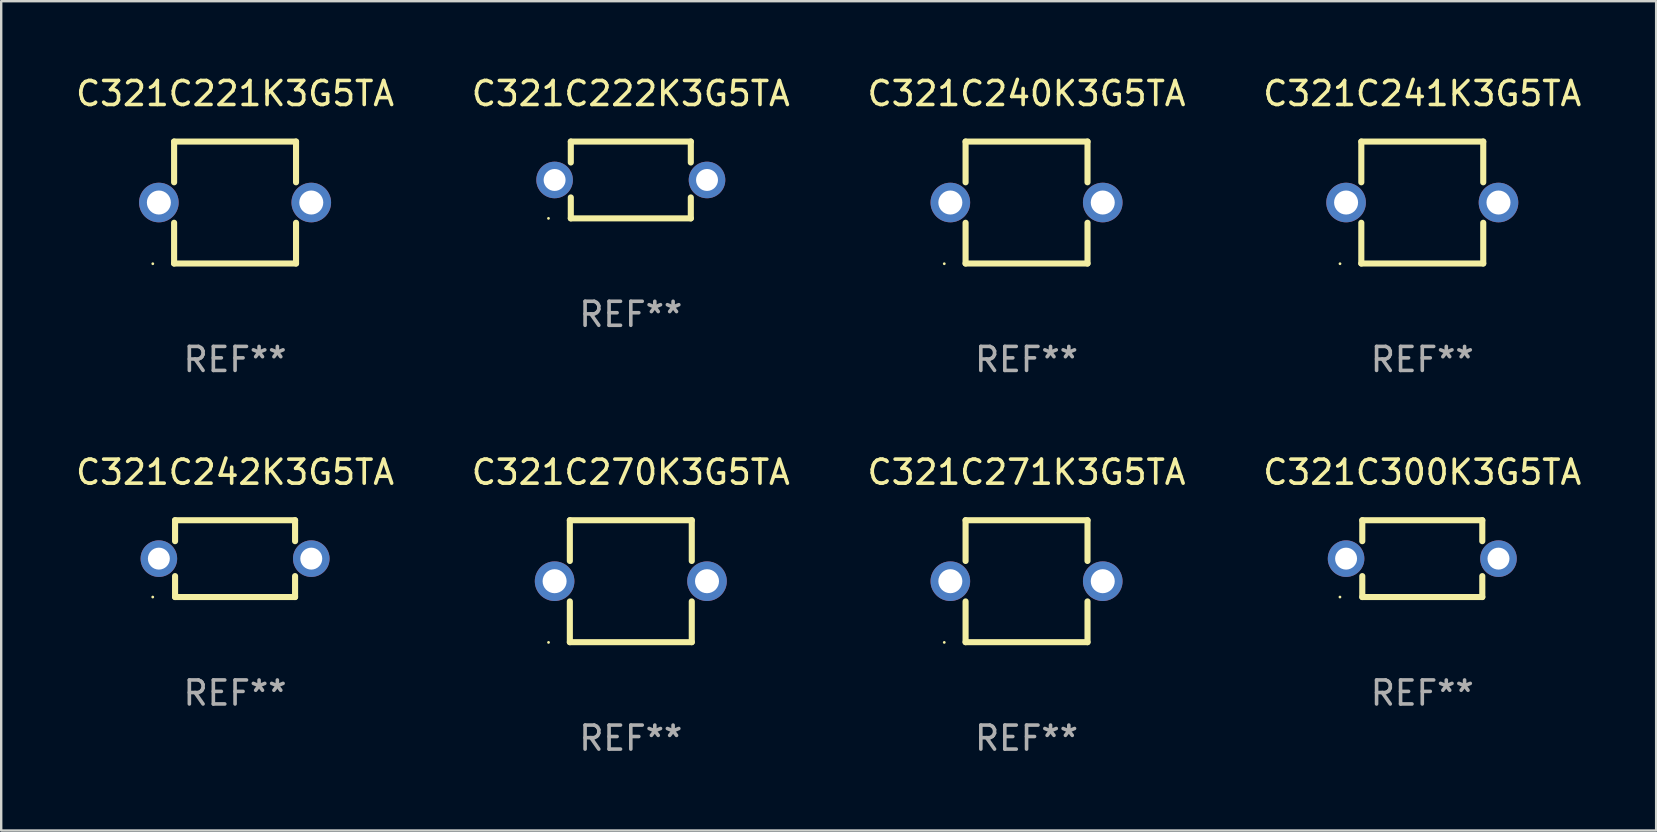
<source format=kicad_pcb>
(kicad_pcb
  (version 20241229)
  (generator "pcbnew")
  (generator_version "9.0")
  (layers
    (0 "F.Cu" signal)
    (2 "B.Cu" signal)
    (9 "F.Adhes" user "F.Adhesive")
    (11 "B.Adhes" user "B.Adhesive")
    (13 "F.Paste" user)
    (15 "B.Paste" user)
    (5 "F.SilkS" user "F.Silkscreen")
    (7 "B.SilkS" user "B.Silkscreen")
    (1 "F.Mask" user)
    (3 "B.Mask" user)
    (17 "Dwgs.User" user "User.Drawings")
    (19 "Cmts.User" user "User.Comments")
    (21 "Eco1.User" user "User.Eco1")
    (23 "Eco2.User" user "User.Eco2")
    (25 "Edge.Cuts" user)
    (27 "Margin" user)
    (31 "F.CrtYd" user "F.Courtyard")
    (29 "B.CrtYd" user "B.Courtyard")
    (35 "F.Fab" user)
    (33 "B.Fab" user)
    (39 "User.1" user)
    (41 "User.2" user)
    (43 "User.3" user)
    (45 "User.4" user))
  (footprint "C321C270K3G5TA"
    (layer "F.Cu")
    (at 23.232 21.165)
    (property "Reference" "C321C270K3G5TA" (at 0 -4.54 0) (layer "F.SilkS") (effects (font (size 1 1) (thickness 0.15))))
    (attr through_hole)
    (fp_line (start -2.54 -2.54) (end -2.54 -0.843) (stroke (width 0.254) (type solid)) (layer "F.SilkS"))
    (fp_line (start -2.54 0.843) (end -2.54 2.54) (stroke (width 0.254) (type solid)) (layer "F.SilkS"))
    (fp_line (start -2.54 2.54) (end 2.54 2.54) (stroke (width 0.254) (type solid)) (layer "F.SilkS"))
    (fp_line (start 2.54 -2.54) (end -2.54 -2.54) (stroke (width 0.254) (type solid)) (layer "F.SilkS"))
    (fp_line (start 2.54 -0.843) (end 2.54 -2.54) (stroke (width 0.254) (type solid)) (layer "F.SilkS"))
    (fp_line (start 2.54 2.54) (end 2.54 0.843) (stroke (width 0.254) (type solid)) (layer "F.SilkS"))
    (fp_circle (center -3.428 2.55) (end -3.398 2.55) (stroke (width 0.06) (type solid)) (fill no) (layer "F.SilkS"))
    (fp_text user "REF**" (at 0 6.54 0) (layer "F.Fab") (effects (font (size 1 1) (thickness 0.15))))
    (pad "1" thru_hole circle (at -3.175 0) (size 1.65 1.65) (drill 1) (layers "*.Cu" "*.Mask"))
    (pad "2" thru_hole circle (at 3.175 0) (size 1.65 1.65) (drill 1) (layers "*.Cu" "*.Mask")))
  (footprint "C321C242K3G5TA"
    (layer "F.Cu")
    (at 6.744 20.225)
    (property "Reference" "C321C242K3G5TA" (at 0 -3.6 0) (layer "F.SilkS") (effects (font (size 1 1) (thickness 0.15))))
    (attr through_hole)
    (fp_line (start -2.5 -1.6) (end 2.5 -1.6) (stroke (width 0.254) (type solid)) (layer "F.SilkS"))
    (fp_line (start -2.5 -0.728) (end -2.5 -1.6) (stroke (width 0.254) (type solid)) (layer "F.SilkS"))
    (fp_line (start -2.5 1.6) (end -2.5 0.728) (stroke (width 0.254) (type solid)) (layer "F.SilkS"))
    (fp_line (start 2.5 -1.6) (end 2.5 -0.728) (stroke (width 0.254) (type solid)) (layer "F.SilkS"))
    (fp_line (start 2.5 0.728) (end 2.5 1.6) (stroke (width 0.254) (type solid)) (layer "F.SilkS"))
    (fp_line (start 2.5 1.6) (end -2.5 1.6) (stroke (width 0.254) (type solid)) (layer "F.SilkS"))
    (fp_circle (center -3.43 1.6) (end -3.4 1.6) (stroke (width 0.06) (type solid)) (fill no) (layer "F.SilkS"))
    (fp_text user "REF**" (at 0 5.6 0) (layer "F.Fab") (effects (font (size 1 1) (thickness 0.15))))
    (pad "1" thru_hole circle (at -3.175 0) (size 1.524 1.524) (drill 0.914) (layers "*.Cu" "*.Mask"))
    (pad "2" thru_hole circle (at 3.175 0) (size 1.524 1.524) (drill 0.914) (layers "*.Cu" "*.Mask")))
  (footprint "C321C222K3G5TA"
    (layer "F.Cu")
    (at 23.232 4.448)
    (property "Reference" "C321C222K3G5TA" (at 0 -3.6 0) (layer "F.SilkS") (effects (font (size 1 1) (thickness 0.15))))
    (attr through_hole)
    (fp_line (start -2.5 -1.6) (end 2.5 -1.6) (stroke (width 0.254) (type solid)) (layer "F.SilkS"))
    (fp_line (start -2.5 -0.728) (end -2.5 -1.6) (stroke (width 0.254) (type solid)) (layer "F.SilkS"))
    (fp_line (start -2.5 1.6) (end -2.5 0.728) (stroke (width 0.254) (type solid)) (layer "F.SilkS"))
    (fp_line (start 2.5 -1.6) (end 2.5 -0.728) (stroke (width 0.254) (type solid)) (layer "F.SilkS"))
    (fp_line (start 2.5 0.728) (end 2.5 1.6) (stroke (width 0.254) (type solid)) (layer "F.SilkS"))
    (fp_line (start 2.5 1.6) (end -2.5 1.6) (stroke (width 0.254) (type solid)) (layer "F.SilkS"))
    (fp_circle (center -3.43 1.6) (end -3.4 1.6) (stroke (width 0.06) (type solid)) (fill no) (layer "F.SilkS"))
    (fp_text user "REF**" (at 0 5.6 0) (layer "F.Fab") (effects (font (size 1 1) (thickness 0.15))))
    (pad "1" thru_hole circle (at -3.175 0) (size 1.524 1.524) (drill 0.914) (layers "*.Cu" "*.Mask"))
    (pad "2" thru_hole circle (at 3.175 0) (size 1.524 1.524) (drill 0.914) (layers "*.Cu" "*.Mask")))
  (footprint "C321C240K3G5TA"
    (layer "F.Cu")
    (at 39.72 5.388)
    (property "Reference" "C321C240K3G5TA" (at 0 -4.54 0) (layer "F.SilkS") (effects (font (size 1 1) (thickness 0.15))))
    (attr through_hole)
    (fp_line (start -2.54 -2.54) (end -2.54 -0.843) (stroke (width 0.254) (type solid)) (layer "F.SilkS"))
    (fp_line (start -2.54 0.843) (end -2.54 2.54) (stroke (width 0.254) (type solid)) (layer "F.SilkS"))
    (fp_line (start -2.54 2.54) (end 2.54 2.54) (stroke (width 0.254) (type solid)) (layer "F.SilkS"))
    (fp_line (start 2.54 -2.54) (end -2.54 -2.54) (stroke (width 0.254) (type solid)) (layer "F.SilkS"))
    (fp_line (start 2.54 -0.843) (end 2.54 -2.54) (stroke (width 0.254) (type solid)) (layer "F.SilkS"))
    (fp_line (start 2.54 2.54) (end 2.54 0.843) (stroke (width 0.254) (type solid)) (layer "F.SilkS"))
    (fp_circle (center -3.428 2.55) (end -3.398 2.55) (stroke (width 0.06) (type solid)) (fill no) (layer "F.SilkS"))
    (fp_text user "REF**" (at 0 6.54 0) (layer "F.Fab") (effects (font (size 1 1) (thickness 0.15))))
    (pad "1" thru_hole circle (at -3.175 0) (size 1.65 1.65) (drill 1) (layers "*.Cu" "*.Mask"))
    (pad "2" thru_hole circle (at 3.175 0) (size 1.65 1.65) (drill 1) (layers "*.Cu" "*.Mask")))
  (footprint "C321C221K3G5TA"
    (layer "F.Cu")
    (at 6.744 5.388)
    (property "Reference" "C321C221K3G5TA" (at 0 -4.54 0) (layer "F.SilkS") (effects (font (size 1 1) (thickness 0.15))))
    (attr through_hole)
    (fp_line (start -2.54 -2.54) (end -2.54 -0.843) (stroke (width 0.254) (type solid)) (layer "F.SilkS"))
    (fp_line (start -2.54 0.843) (end -2.54 2.54) (stroke (width 0.254) (type solid)) (layer "F.SilkS"))
    (fp_line (start -2.54 2.54) (end 2.54 2.54) (stroke (width 0.254) (type solid)) (layer "F.SilkS"))
    (fp_line (start 2.54 -2.54) (end -2.54 -2.54) (stroke (width 0.254) (type solid)) (layer "F.SilkS"))
    (fp_line (start 2.54 -0.843) (end 2.54 -2.54) (stroke (width 0.254) (type solid)) (layer "F.SilkS"))
    (fp_line (start 2.54 2.54) (end 2.54 0.843) (stroke (width 0.254) (type solid)) (layer "F.SilkS"))
    (fp_circle (center -3.428 2.55) (end -3.398 2.55) (stroke (width 0.06) (type solid)) (fill no) (layer "F.SilkS"))
    (fp_text user "REF**" (at 0 6.54 0) (layer "F.Fab") (effects (font (size 1 1) (thickness 0.15))))
    (pad "1" thru_hole circle (at -3.175 0) (size 1.65 1.65) (drill 1) (layers "*.Cu" "*.Mask"))
    (pad "2" thru_hole circle (at 3.175 0) (size 1.65 1.65) (drill 1) (layers "*.Cu" "*.Mask")))
  (footprint "C321C241K3G5TA"
    (layer "F.Cu")
    (at 56.208 5.388)
    (property "Reference" "C321C241K3G5TA" (at 0 -4.54 0) (layer "F.SilkS") (effects (font (size 1 1) (thickness 0.15))))
    (attr through_hole)
    (fp_line (start -2.54 -2.54) (end -2.54 -0.843) (stroke (width 0.254) (type solid)) (layer "F.SilkS"))
    (fp_line (start -2.54 0.843) (end -2.54 2.54) (stroke (width 0.254) (type solid)) (layer "F.SilkS"))
    (fp_line (start -2.54 2.54) (end 2.54 2.54) (stroke (width 0.254) (type solid)) (layer "F.SilkS"))
    (fp_line (start 2.54 -2.54) (end -2.54 -2.54) (stroke (width 0.254) (type solid)) (layer "F.SilkS"))
    (fp_line (start 2.54 -0.843) (end 2.54 -2.54) (stroke (width 0.254) (type solid)) (layer "F.SilkS"))
    (fp_line (start 2.54 2.54) (end 2.54 0.843) (stroke (width 0.254) (type solid)) (layer "F.SilkS"))
    (fp_circle (center -3.428 2.55) (end -3.398 2.55) (stroke (width 0.06) (type solid)) (fill no) (layer "F.SilkS"))
    (fp_text user "REF**" (at 0 6.54 0) (layer "F.Fab") (effects (font (size 1 1) (thickness 0.15))))
    (pad "1" thru_hole circle (at -3.175 0) (size 1.65 1.65) (drill 1) (layers "*.Cu" "*.Mask"))
    (pad "2" thru_hole circle (at 3.175 0) (size 1.65 1.65) (drill 1) (layers "*.Cu" "*.Mask")))
  (footprint "C321C271K3G5TA"
    (layer "F.Cu")
    (at 39.72 21.165)
    (property "Reference" "C321C271K3G5TA" (at 0 -4.54 0) (layer "F.SilkS") (effects (font (size 1 1) (thickness 0.15))))
    (attr through_hole)
    (fp_line (start -2.54 -2.54) (end -2.54 -0.843) (stroke (width 0.254) (type solid)) (layer "F.SilkS"))
    (fp_line (start -2.54 0.843) (end -2.54 2.54) (stroke (width 0.254) (type solid)) (layer "F.SilkS"))
    (fp_line (start -2.54 2.54) (end 2.54 2.54) (stroke (width 0.254) (type solid)) (layer "F.SilkS"))
    (fp_line (start 2.54 -2.54) (end -2.54 -2.54) (stroke (width 0.254) (type solid)) (layer "F.SilkS"))
    (fp_line (start 2.54 -0.843) (end 2.54 -2.54) (stroke (width 0.254) (type solid)) (layer "F.SilkS"))
    (fp_line (start 2.54 2.54) (end 2.54 0.843) (stroke (width 0.254) (type solid)) (layer "F.SilkS"))
    (fp_circle (center -3.428 2.55) (end -3.398 2.55) (stroke (width 0.06) (type solid)) (fill no) (layer "F.SilkS"))
    (fp_text user "REF**" (at 0 6.54 0) (layer "F.Fab") (effects (font (size 1 1) (thickness 0.15))))
    (pad "1" thru_hole circle (at -3.175 0) (size 1.65 1.65) (drill 1) (layers "*.Cu" "*.Mask"))
    (pad "2" thru_hole circle (at 3.175 0) (size 1.65 1.65) (drill 1) (layers "*.Cu" "*.Mask")))
  (footprint "C321C300K3G5TA"
    (layer "F.Cu")
    (at 56.208 20.225)
    (property "Reference" "C321C300K3G5TA" (at 0 -3.6 0) (layer "F.SilkS") (effects (font (size 1 1) (thickness 0.15))))
    (attr through_hole)
    (fp_line (start -2.5 -1.6) (end 2.5 -1.6) (stroke (width 0.254) (type solid)) (layer "F.SilkS"))
    (fp_line (start -2.5 -0.728) (end -2.5 -1.6) (stroke (width 0.254) (type solid)) (layer "F.SilkS"))
    (fp_line (start -2.5 1.6) (end -2.5 0.728) (stroke (width 0.254) (type solid)) (layer "F.SilkS"))
    (fp_line (start 2.5 -1.6) (end 2.5 -0.728) (stroke (width 0.254) (type solid)) (layer "F.SilkS"))
    (fp_line (start 2.5 0.728) (end 2.5 1.6) (stroke (width 0.254) (type solid)) (layer "F.SilkS"))
    (fp_line (start 2.5 1.6) (end -2.5 1.6) (stroke (width 0.254) (type solid)) (layer "F.SilkS"))
    (fp_circle (center -3.43 1.6) (end -3.4 1.6) (stroke (width 0.06) (type solid)) (fill no) (layer "F.SilkS"))
    (fp_text user "REF**" (at 0 5.6 0) (layer "F.Fab") (effects (font (size 1 1) (thickness 0.15))))
    (pad "1" thru_hole circle (at -3.175 0) (size 1.524 1.524) (drill 0.914) (layers "*.Cu" "*.Mask"))
    (pad "2" thru_hole circle (at 3.175 0) (size 1.524 1.524) (drill 0.914) (layers "*.Cu" "*.Mask")))
  (gr_rect
    (start -3 -3)
    (end 65.952 31.553)
    (stroke (width 0.1) (type default))
    (fill no)
    (layer "Edge.Cuts")))
</source>
